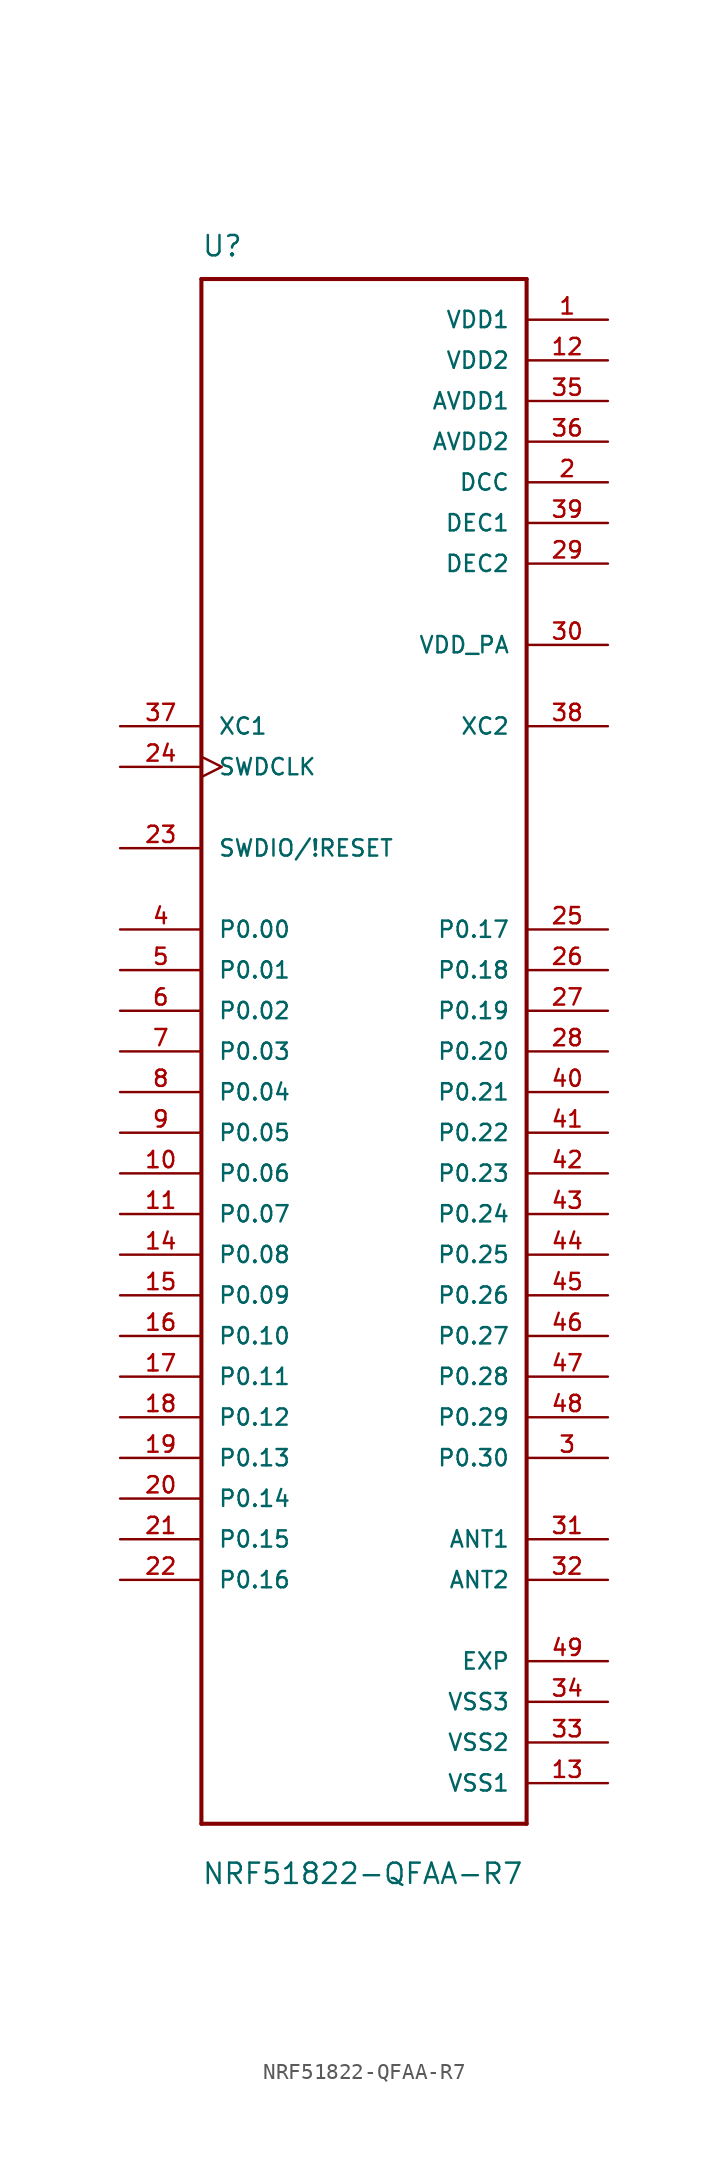
<source format=kicad_sym>
(kicad_symbol_lib
  (version 20220914)
  (generator kicad_symbol_editor)
  (symbol "NRF51822-QFAA-R7"
    (pin_names
      (offset 1.016))
    (property "Reference" "U"
      (at -10.16 49.581 0)
      (effects (font (size 1.27 1.27)) (justify left bottom)))
    (property "Value" "NRF51822-QFAA-R7"
      (at -10.16 -52.121 0)
      (effects (font (size 1.27 1.27)) (justify left bottom)))
    (property "ki_locked" ""
      (at 0 0 0)
      (effects (font (size 1.27 1.27))))
    (symbol "NRF51822-QFAA-R7_0_0"
      (polyline (pts (xy -10.16 -48.26) (xy -10.16 48.26)) (stroke (width 0.254) (type solid)) (fill (type none)))
      (polyline (pts (xy -10.16 48.26) (xy 10.16 48.26)) (stroke (width 0.254) (type solid)) (fill (type none)))
      (polyline (pts (xy 10.16 -48.26) (xy -10.16 -48.26)) (stroke (width 0.254) (type solid)) (fill (type none)))
      (polyline (pts (xy 10.16 48.26) (xy 10.16 -48.26)) (stroke (width 0.254) (type solid)) (fill (type none)))
      (pin power_in line (at 15.24 45.72 180) (length 5.08) (name "VDD1" (effects (font (size 1.016 1.016)))) (number "1" (effects (font (size 1.016 1.016)))))
      (pin bidirectional line (at -15.24 -7.62 0) (length 5.08) (name "P0.06" (effects (font (size 1.016 1.016)))) (number "10" (effects (font (size 1.016 1.016)))))
      (pin bidirectional line (at -15.24 -10.16 0) (length 5.08) (name "P0.07" (effects (font (size 1.016 1.016)))) (number "11" (effects (font (size 1.016 1.016)))))
      (pin power_in line (at 15.24 43.18 180) (length 5.08) (name "VDD2" (effects (font (size 1.016 1.016)))) (number "12" (effects (font (size 1.016 1.016)))))
      (pin power_in line (at 15.24 -45.72 180) (length 5.08) (name "VSS1" (effects (font (size 1.016 1.016)))) (number "13" (effects (font (size 1.016 1.016)))))
      (pin bidirectional line (at -15.24 -12.7 0) (length 5.08) (name "P0.08" (effects (font (size 1.016 1.016)))) (number "14" (effects (font (size 1.016 1.016)))))
      (pin bidirectional line (at -15.24 -15.24 0) (length 5.08) (name "P0.09" (effects (font (size 1.016 1.016)))) (number "15" (effects (font (size 1.016 1.016)))))
      (pin bidirectional line (at -15.24 -17.78 0) (length 5.08) (name "P0.10" (effects (font (size 1.016 1.016)))) (number "16" (effects (font (size 1.016 1.016)))))
      (pin bidirectional line (at -15.24 -20.32 0) (length 5.08) (name "P0.11" (effects (font (size 1.016 1.016)))) (number "17" (effects (font (size 1.016 1.016)))))
      (pin bidirectional line (at -15.24 -22.86 0) (length 5.08) (name "P0.12" (effects (font (size 1.016 1.016)))) (number "18" (effects (font (size 1.016 1.016)))))
      (pin bidirectional line (at -15.24 -25.4 0) (length 5.08) (name "P0.13" (effects (font (size 1.016 1.016)))) (number "19" (effects (font (size 1.016 1.016)))))
      (pin power_in line (at 15.24 35.56 180) (length 5.08) (name "DCC" (effects (font (size 1.016 1.016)))) (number "2" (effects (font (size 1.016 1.016)))))
      (pin bidirectional line (at -15.24 -27.94 0) (length 5.08) (name "P0.14" (effects (font (size 1.016 1.016)))) (number "20" (effects (font (size 1.016 1.016)))))
      (pin bidirectional line (at -15.24 -30.48 0) (length 5.08) (name "P0.15" (effects (font (size 1.016 1.016)))) (number "21" (effects (font (size 1.016 1.016)))))
      (pin bidirectional line (at -15.24 -33.02 0) (length 5.08) (name "P0.16" (effects (font (size 1.016 1.016)))) (number "22" (effects (font (size 1.016 1.016)))))
      (pin bidirectional line (at -15.24 12.7 0) (length 5.08) (name "SWDIO/!RESET" (effects (font (size 1.016 1.016)))) (number "23" (effects (font (size 1.016 1.016)))))
      (pin input clock (at -15.24 17.78 0) (length 5.08) (name "SWDCLK" (effects (font (size 1.016 1.016)))) (number "24" (effects (font (size 1.016 1.016)))))
      (pin bidirectional line (at 15.24 7.62 180) (length 5.08) (name "P0.17" (effects (font (size 1.016 1.016)))) (number "25" (effects (font (size 1.016 1.016)))))
      (pin bidirectional line (at 15.24 5.08 180) (length 5.08) (name "P0.18" (effects (font (size 1.016 1.016)))) (number "26" (effects (font (size 1.016 1.016)))))
      (pin bidirectional line (at 15.24 2.54 180) (length 5.08) (name "P0.19" (effects (font (size 1.016 1.016)))) (number "27" (effects (font (size 1.016 1.016)))))
      (pin bidirectional line (at 15.24 0 180) (length 5.08) (name "P0.20" (effects (font (size 1.016 1.016)))) (number "28" (effects (font (size 1.016 1.016)))))
      (pin power_in line (at 15.24 30.48 180) (length 5.08) (name "DEC2" (effects (font (size 1.016 1.016)))) (number "29" (effects (font (size 1.016 1.016)))))
      (pin bidirectional line (at 15.24 -25.4 180) (length 5.08) (name "P0.30" (effects (font (size 1.016 1.016)))) (number "3" (effects (font (size 1.016 1.016)))))
      (pin output line (at 15.24 25.4 180) (length 5.08) (name "VDD_PA" (effects (font (size 1.016 1.016)))) (number "30" (effects (font (size 1.016 1.016)))))
      (pin passive line (at 15.24 -30.48 180) (length 5.08) (name "ANT1" (effects (font (size 1.016 1.016)))) (number "31" (effects (font (size 1.016 1.016)))))
      (pin passive line (at 15.24 -33.02 180) (length 5.08) (name "ANT2" (effects (font (size 1.016 1.016)))) (number "32" (effects (font (size 1.016 1.016)))))
      (pin power_in line (at 15.24 -43.18 180) (length 5.08) (name "VSS2" (effects (font (size 1.016 1.016)))) (number "33" (effects (font (size 1.016 1.016)))))
      (pin power_in line (at 15.24 -40.64 180) (length 5.08) (name "VSS3" (effects (font (size 1.016 1.016)))) (number "34" (effects (font (size 1.016 1.016)))))
      (pin power_in line (at 15.24 40.64 180) (length 5.08) (name "AVDD1" (effects (font (size 1.016 1.016)))) (number "35" (effects (font (size 1.016 1.016)))))
      (pin power_in line (at 15.24 38.1 180) (length 5.08) (name "AVDD2" (effects (font (size 1.016 1.016)))) (number "36" (effects (font (size 1.016 1.016)))))
      (pin input line (at -15.24 20.32 0) (length 5.08) (name "XC1" (effects (font (size 1.016 1.016)))) (number "37" (effects (font (size 1.016 1.016)))))
      (pin output line (at 15.24 20.32 180) (length 5.08) (name "XC2" (effects (font (size 1.016 1.016)))) (number "38" (effects (font (size 1.016 1.016)))))
      (pin power_in line (at 15.24 33.02 180) (length 5.08) (name "DEC1" (effects (font (size 1.016 1.016)))) (number "39" (effects (font (size 1.016 1.016)))))
      (pin bidirectional line (at -15.24 7.62 0) (length 5.08) (name "P0.00" (effects (font (size 1.016 1.016)))) (number "4" (effects (font (size 1.016 1.016)))))
      (pin bidirectional line (at 15.24 -2.54 180) (length 5.08) (name "P0.21" (effects (font (size 1.016 1.016)))) (number "40" (effects (font (size 1.016 1.016)))))
      (pin bidirectional line (at 15.24 -5.08 180) (length 5.08) (name "P0.22" (effects (font (size 1.016 1.016)))) (number "41" (effects (font (size 1.016 1.016)))))
      (pin bidirectional line (at 15.24 -7.62 180) (length 5.08) (name "P0.23" (effects (font (size 1.016 1.016)))) (number "42" (effects (font (size 1.016 1.016)))))
      (pin bidirectional line (at 15.24 -10.16 180) (length 5.08) (name "P0.24" (effects (font (size 1.016 1.016)))) (number "43" (effects (font (size 1.016 1.016)))))
      (pin bidirectional line (at 15.24 -12.7 180) (length 5.08) (name "P0.25" (effects (font (size 1.016 1.016)))) (number "44" (effects (font (size 1.016 1.016)))))
      (pin bidirectional line (at 15.24 -15.24 180) (length 5.08) (name "P0.26" (effects (font (size 1.016 1.016)))) (number "45" (effects (font (size 1.016 1.016)))))
      (pin bidirectional line (at 15.24 -17.78 180) (length 5.08) (name "P0.27" (effects (font (size 1.016 1.016)))) (number "46" (effects (font (size 1.016 1.016)))))
      (pin bidirectional line (at 15.24 -20.32 180) (length 5.08) (name "P0.28" (effects (font (size 1.016 1.016)))) (number "47" (effects (font (size 1.016 1.016)))))
      (pin bidirectional line (at 15.24 -22.86 180) (length 5.08) (name "P0.29" (effects (font (size 1.016 1.016)))) (number "48" (effects (font (size 1.016 1.016)))))
      (pin power_in line (at 15.24 -38.1 180) (length 5.08) (name "EXP" (effects (font (size 1.016 1.016)))) (number "49" (effects (font (size 1.016 1.016)))))
      (pin bidirectional line (at -15.24 5.08 0) (length 5.08) (name "P0.01" (effects (font (size 1.016 1.016)))) (number "5" (effects (font (size 1.016 1.016)))))
      (pin bidirectional line (at -15.24 2.54 0) (length 5.08) (name "P0.02" (effects (font (size 1.016 1.016)))) (number "6" (effects (font (size 1.016 1.016)))))
      (pin bidirectional line (at -15.24 0 0) (length 5.08) (name "P0.03" (effects (font (size 1.016 1.016)))) (number "7" (effects (font (size 1.016 1.016)))))
      (pin bidirectional line (at -15.24 -2.54 0) (length 5.08) (name "P0.04" (effects (font (size 1.016 1.016)))) (number "8" (effects (font (size 1.016 1.016)))))
      (pin bidirectional line (at -15.24 -5.08 0) (length 5.08) (name "P0.05" (effects (font (size 1.016 1.016)))) (number "9" (effects (font (size 1.016 1.016))))))))
</source>
